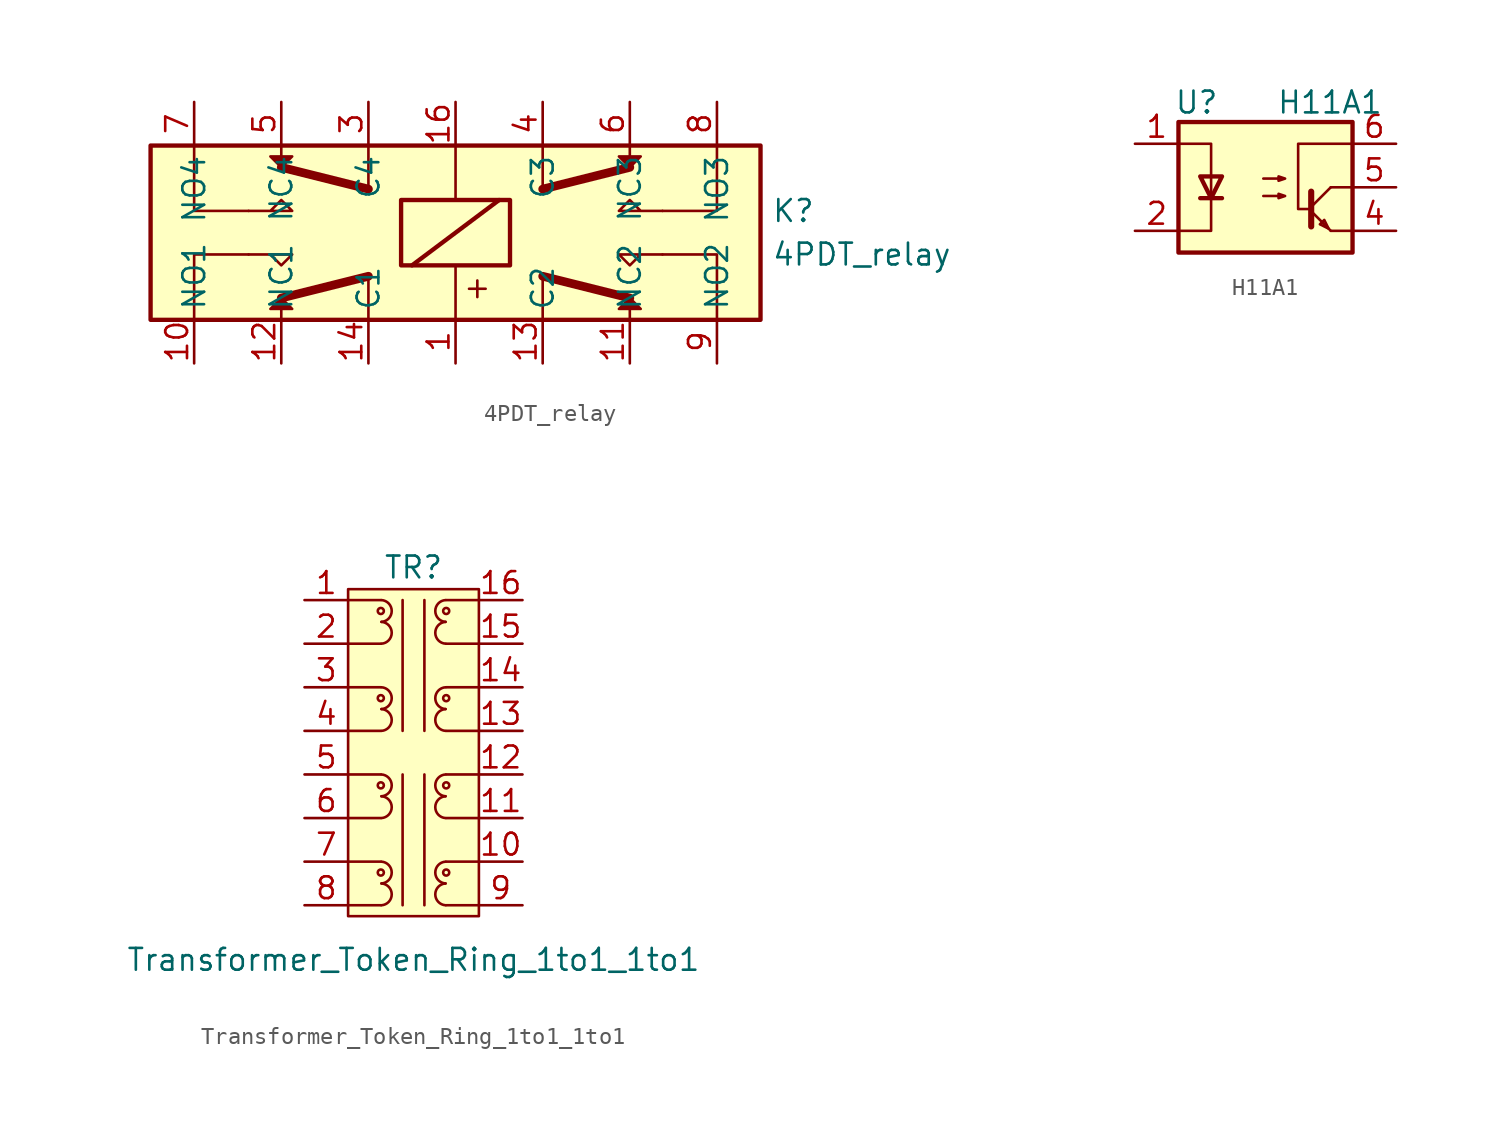
<source format=kicad_sym>
(kicad_symbol_lib
  (version 20211014)
  (generator kicad_symbol_editor)
  (symbol "4PDT_relay"
    (property "Reference" "K"
      (at 18.415 1.27 0)
      (effects (font (size 1.27 1.27)) (justify left)))
    (property "Value" "4PDT_relay"
      (at 18.415 -1.27 0)
      (effects (font (size 1.27 1.27)) (justify left)))
    (symbol "4PDT_relay_0_0"
      (text "+" (at 1.27 -3.175 0) (effects (font (size 1.27 1.27)))))
    (symbol "4PDT_relay_0_1"
      (rectangle (start -17.78 5.08) (end 17.78 -5.08) (stroke (width 0.254) (type default) (color 0 0 0 0)) (fill (type background)))
      (rectangle (start -3.175 1.905) (end 3.175 -1.905) (stroke (width 0.254) (type default) (color 0 0 0 0)) (fill (type none)))
      (polyline (pts (xy -10.16 -4.445) (xy -10.16 -5.08)) (stroke (width 0) (type default) (color 0 0 0 0)) (fill (type none)))
      (polyline (pts (xy -10.16 3.81) (xy -5.08 2.54)) (stroke (width 0.508) (type default) (color 0 0 0 0)) (fill (type none)))
      (polyline (pts (xy -10.16 4.445) (xy -10.16 5.08)) (stroke (width 0) (type default) (color 0 0 0 0)) (fill (type none)))
      (polyline (pts (xy -5.08 -2.54) (xy -10.16 -3.81)) (stroke (width 0.508) (type default) (color 0 0 0 0)) (fill (type none)))
      (polyline (pts (xy -5.08 -2.54) (xy -5.08 -5.08)) (stroke (width 0) (type default) (color 0 0 0 0)) (fill (type none)))
      (polyline (pts (xy -5.08 5.08) (xy -5.08 2.54)) (stroke (width 0) (type default) (color 0 0 0 0)) (fill (type none)))
      (polyline (pts (xy -2.54 -1.905) (xy 2.54 1.905)) (stroke (width 0.254) (type default) (color 0 0 0 0)) (fill (type none)))
      (polyline (pts (xy 0 -5.08) (xy 0 -1.905)) (stroke (width 0) (type default) (color 0 0 0 0)) (fill (type none)))
      (polyline (pts (xy 0 5.08) (xy 0 1.905)) (stroke (width 0) (type default) (color 0 0 0 0)) (fill (type none)))
      (polyline (pts (xy 5.08 -2.54) (xy 5.08 -5.08)) (stroke (width 0) (type default) (color 0 0 0 0)) (fill (type none)))
      (polyline (pts (xy 5.08 5.08) (xy 5.08 2.54)) (stroke (width 0) (type default) (color 0 0 0 0)) (fill (type none)))
      (polyline (pts (xy 10.16 -4.445) (xy 10.16 -5.08)) (stroke (width 0) (type default) (color 0 0 0 0)) (fill (type none)))
      (polyline (pts (xy 10.16 -3.81) (xy 5.08 -2.54)) (stroke (width 0.508) (type default) (color 0 0 0 0)) (fill (type none)))
      (polyline (pts (xy 10.16 3.81) (xy 5.08 2.54)) (stroke (width 0.508) (type default) (color 0 0 0 0)) (fill (type none)))
      (polyline (pts (xy 10.16 4.445) (xy 10.16 5.08)) (stroke (width 0) (type default) (color 0 0 0 0)) (fill (type none)))
      (polyline (pts (xy -12.065 -1.27) (xy -15.24 -1.27) (xy -15.24 -5.08)) (stroke (width 0) (type default) (color 0 0 0 0)) (fill (type none)))
      (polyline (pts (xy -12.065 1.27) (xy -15.24 1.27) (xy -15.24 5.08)) (stroke (width 0) (type default) (color 0 0 0 0)) (fill (type none)))
      (polyline (pts (xy 12.065 -1.27) (xy 15.24 -1.27) (xy 15.24 -5.08)) (stroke (width 0) (type default) (color 0 0 0 0)) (fill (type none)))
      (polyline (pts (xy 12.065 1.27) (xy 15.24 1.27) (xy 15.24 5.08)) (stroke (width 0) (type default) (color 0 0 0 0)) (fill (type none)))
      (polyline (pts (xy -12.065 -1.27) (xy -9.525 -1.27) (xy -10.16 -1.905) (xy -10.795 -1.27)) (stroke (width 0) (type default) (color 0 0 0 0)) (fill (type none)))
      (polyline (pts (xy -12.065 1.27) (xy -9.525 1.27) (xy -10.16 1.905) (xy -10.795 1.27)) (stroke (width 0) (type default) (color 0 0 0 0)) (fill (type none)))
      (polyline (pts (xy -10.795 -4.445) (xy -9.525 -4.445) (xy -10.16 -3.81) (xy -10.795 -4.445)) (stroke (width 0) (type default) (color 0 0 0 0)) (fill (type outline)))
      (polyline (pts (xy -9.525 4.445) (xy -10.795 4.445) (xy -10.16 3.81) (xy -9.525 4.445)) (stroke (width 0) (type default) (color 0 0 0 0)) (fill (type outline)))
      (polyline (pts (xy 9.525 -4.445) (xy 10.795 -4.445) (xy 10.16 -3.81) (xy 9.525 -4.445)) (stroke (width 0) (type default) (color 0 0 0 0)) (fill (type outline)))
      (polyline (pts (xy 10.795 4.445) (xy 9.525 4.445) (xy 10.16 3.81) (xy 10.795 4.445)) (stroke (width 0) (type default) (color 0 0 0 0)) (fill (type outline)))
      (polyline (pts (xy 12.065 -1.27) (xy 9.525 -1.27) (xy 10.16 -1.905) (xy 10.795 -1.27)) (stroke (width 0) (type default) (color 0 0 0 0)) (fill (type none)))
      (polyline (pts (xy 12.065 1.27) (xy 9.525 1.27) (xy 10.16 1.905) (xy 10.795 1.27)) (stroke (width 0) (type default) (color 0 0 0 0)) (fill (type none))))
    (symbol "4PDT_relay_1_1"
      (pin passive line (at 0 -7.62 90) (length 2.54) (name "~" (effects (font (size 1.27 1.27)))) (number "1" (effects (font (size 1.27 1.27)))))
      (pin passive line (at -15.24 -7.62 90) (length 2.54) (name "NO1" (effects (font (size 1.27 1.27)))) (number "10" (effects (font (size 1.27 1.27)))))
      (pin passive line (at 10.16 -7.62 90) (length 2.54) (name "NC2" (effects (font (size 1.27 1.27)))) (number "11" (effects (font (size 1.27 1.27)))))
      (pin passive line (at -10.16 -7.62 90) (length 2.54) (name "NC1" (effects (font (size 1.27 1.27)))) (number "12" (effects (font (size 1.27 1.27)))))
      (pin passive line (at 5.08 -7.62 90) (length 2.54) (name "C2" (effects (font (size 1.27 1.27)))) (number "13" (effects (font (size 1.27 1.27)))))
      (pin passive line (at -5.08 -7.62 90) (length 2.54) (name "C1" (effects (font (size 1.27 1.27)))) (number "14" (effects (font (size 1.27 1.27)))))
      (pin passive line (at 0 7.62 270) (length 2.54) (name "~" (effects (font (size 1.27 1.27)))) (number "16" (effects (font (size 1.27 1.27)))))
      (pin passive line (at -5.08 7.62 270) (length 2.54) (name "C4" (effects (font (size 1.27 1.27)))) (number "3" (effects (font (size 1.27 1.27)))))
      (pin passive line (at 5.08 7.62 270) (length 2.54) (name "C3" (effects (font (size 1.27 1.27)))) (number "4" (effects (font (size 1.27 1.27)))))
      (pin passive line (at -10.16 7.62 270) (length 2.54) (name "NC4" (effects (font (size 1.27 1.27)))) (number "5" (effects (font (size 1.27 1.27)))))
      (pin passive line (at 10.16 7.62 270) (length 2.54) (name "NC3" (effects (font (size 1.27 1.27)))) (number "6" (effects (font (size 1.27 1.27)))))
      (pin passive line (at -15.24 7.62 270) (length 2.54) (name "NO4" (effects (font (size 1.27 1.27)))) (number "7" (effects (font (size 1.27 1.27)))))
      (pin passive line (at 15.24 7.62 270) (length 2.54) (name "NO3" (effects (font (size 1.27 1.27)))) (number "8" (effects (font (size 1.27 1.27)))))
      (pin passive line (at 15.24 -7.62 90) (length 2.54) (name "NO2" (effects (font (size 1.27 1.27)))) (number "9" (effects (font (size 1.27 1.27)))))))
  (symbol "H11A1"
    (property "Reference" "U"
      (at -5.334 4.953 0)
      (effects (font (size 1.27 1.27)) (justify left)))
    (property "Value" "H11A1"
      (at 0.635 4.953 0)
      (effects (font (size 1.27 1.27)) (justify left)))
    (symbol "H11A1_1_1"
      (rectangle (start -5.08 3.81) (end 5.08 -3.81) (stroke (width 0.254) (type default) (color 0 0 0 0)) (fill (type background)))
      (polyline (pts (xy -3.81 -0.635) (xy -2.54 -0.635)) (stroke (width 0.254) (type default) (color 0 0 0 0)) (fill (type none)))
      (polyline (pts (xy 2.667 -1.397) (xy 3.81 -2.54)) (stroke (width 0) (type default) (color 0 0 0 0)) (fill (type none)))
      (polyline (pts (xy 2.667 -1.143) (xy 3.81 0)) (stroke (width 0) (type default) (color 0 0 0 0)) (fill (type none)))
      (polyline (pts (xy 3.81 -2.54) (xy 5.08 -2.54)) (stroke (width 0) (type default) (color 0 0 0 0)) (fill (type none)))
      (polyline (pts (xy 3.81 0) (xy 5.08 0)) (stroke (width 0) (type default) (color 0 0 0 0)) (fill (type none)))
      (polyline (pts (xy 2.667 -0.254) (xy 2.667 -2.286) (xy 2.667 -2.286)) (stroke (width 0.356) (type default) (color 0 0 0 0)) (fill (type none)))
      (polyline (pts (xy -5.08 -2.54) (xy -3.175 -2.54) (xy -3.175 2.54) (xy -5.08 2.54)) (stroke (width 0) (type default) (color 0 0 0 0)) (fill (type none)))
      (polyline (pts (xy -3.175 -0.635) (xy -3.81 0.635) (xy -2.54 0.635) (xy -3.175 -0.635)) (stroke (width 0.254) (type default) (color 0 0 0 0)) (fill (type none)))
      (polyline (pts (xy 3.683 -2.413) (xy 3.429 -1.905) (xy 3.175 -2.159) (xy 3.683 -2.413)) (stroke (width 0) (type default) (color 0 0 0 0)) (fill (type none)))
      (polyline (pts (xy 5.08 2.54) (xy 1.905 2.54) (xy 1.905 -1.27) (xy 2.54 -1.27)) (stroke (width 0) (type default) (color 0 0 0 0)) (fill (type none)))
      (polyline (pts (xy -0.127 -0.508) (xy 1.143 -0.508) (xy 0.762 -0.635) (xy 0.762 -0.381) (xy 1.143 -0.508)) (stroke (width 0) (type default) (color 0 0 0 0)) (fill (type none)))
      (polyline (pts (xy -0.127 0.508) (xy 1.143 0.508) (xy 0.762 0.381) (xy 0.762 0.635) (xy 1.143 0.508)) (stroke (width 0) (type default) (color 0 0 0 0)) (fill (type none)))
      (pin passive line (at -7.62 2.54 0) (length 2.54) (name "~" (effects (font (size 1.27 1.27)))) (number "1" (effects (font (size 1.27 1.27)))))
      (pin passive line (at -7.62 -2.54 0) (length 2.54) (name "~" (effects (font (size 1.27 1.27)))) (number "2" (effects (font (size 1.27 1.27)))))
      (pin no_connect line (at -5.08 0 0) (length 2.54) hide (name "NC" (effects (font (size 1.27 1.27)))) (number "3" (effects (font (size 1.27 1.27)))))
      (pin passive line (at 7.62 -2.54 180) (length 2.54) (name "~" (effects (font (size 1.27 1.27)))) (number "4" (effects (font (size 1.27 1.27)))))
      (pin passive line (at 7.62 0 180) (length 2.54) (name "~" (effects (font (size 1.27 1.27)))) (number "5" (effects (font (size 1.27 1.27)))))
      (pin passive line (at 7.62 2.54 180) (length 2.54) (name "~" (effects (font (size 1.27 1.27)))) (number "6" (effects (font (size 1.27 1.27)))))))
  (symbol "Transformer_Token_Ring_1to1_1to1"
    (pin_names hide)
    (property "Reference" "TR"
      (at 0 10.795 0)
      (effects (font (size 1.27 1.27))))
    (property "Value" "Transformer_Token_Ring_1to1_1to1"
      (at 0 -12.065 0)
      (effects (font (size 1.27 1.27))))
    (symbol "Transformer_Token_Ring_1to1_1to1_0_1"
      (rectangle (start -3.81 9.525) (end 3.81 -9.525) (stroke (width 0) (type default) (color 0 0 0 0)) (fill (type background)))
      (arc (start -1.8676 -8.89) (mid -1.2689 -8.255) (end -1.8676 -7.62) (stroke (width 0) (type default) (color 0 0 0 0)) (fill (type none)))
      (arc (start -1.8676 -7.62) (mid -1.2689 -6.985) (end -1.8676 -6.35) (stroke (width 0) (type default) (color 0 0 0 0)) (fill (type none)))
      (arc (start -1.8676 -3.81) (mid -1.2689 -3.175) (end -1.8676 -2.54) (stroke (width 0) (type default) (color 0 0 0 0)) (fill (type none)))
      (arc (start -1.8676 -2.54) (mid -1.2689 -1.905) (end -1.8676 -1.27) (stroke (width 0) (type default) (color 0 0 0 0)) (fill (type none)))
      (arc (start -1.8676 1.27) (mid -1.2689 1.905) (end -1.8676 2.54) (stroke (width 0) (type default) (color 0 0 0 0)) (fill (type none)))
      (arc (start -1.8676 2.54) (mid -1.2689 3.175) (end -1.8676 3.81) (stroke (width 0) (type default) (color 0 0 0 0)) (fill (type none)))
      (arc (start -1.8676 6.35) (mid -1.2689 6.985) (end -1.8676 7.62) (stroke (width 0) (type default) (color 0 0 0 0)) (fill (type none)))
      (arc (start -1.8676 7.62) (mid -1.2689 8.255) (end -1.8676 8.89) (stroke (width 0) (type default) (color 0 0 0 0)) (fill (type none)))
      (polyline (pts (xy -3.81 -8.89) (xy -1.905 -8.89)) (stroke (width 0) (type default) (color 0 0 0 0)) (fill (type none)))
      (polyline (pts (xy -3.81 -6.35) (xy -1.905 -6.35)) (stroke (width 0) (type default) (color 0 0 0 0)) (fill (type none)))
      (polyline (pts (xy -3.81 -3.81) (xy -1.905 -3.81)) (stroke (width 0) (type default) (color 0 0 0 0)) (fill (type none)))
      (polyline (pts (xy -3.81 -1.27) (xy -1.905 -1.27)) (stroke (width 0) (type default) (color 0 0 0 0)) (fill (type none)))
      (polyline (pts (xy -3.81 1.27) (xy -1.905 1.27)) (stroke (width 0) (type default) (color 0 0 0 0)) (fill (type none)))
      (polyline (pts (xy -3.81 3.81) (xy -1.905 3.81)) (stroke (width 0) (type default) (color 0 0 0 0)) (fill (type none)))
      (polyline (pts (xy -3.81 6.35) (xy -1.905 6.35)) (stroke (width 0) (type default) (color 0 0 0 0)) (fill (type none)))
      (polyline (pts (xy -3.81 8.89) (xy -1.905 8.89)) (stroke (width 0) (type default) (color 0 0 0 0)) (fill (type none)))
      (polyline (pts (xy -0.635 -1.27) (xy -0.635 -8.89)) (stroke (width 0) (type default) (color 0 0 0 0)) (fill (type none)))
      (polyline (pts (xy -0.635 8.89) (xy -0.635 1.27)) (stroke (width 0) (type default) (color 0 0 0 0)) (fill (type none)))
      (polyline (pts (xy 0.635 -1.27) (xy 0.635 -8.89)) (stroke (width 0) (type default) (color 0 0 0 0)) (fill (type none)))
      (polyline (pts (xy 0.635 8.89) (xy 0.635 1.27)) (stroke (width 0) (type default) (color 0 0 0 0)) (fill (type none)))
      (polyline (pts (xy 3.81 -8.89) (xy 1.905 -8.89)) (stroke (width 0) (type default) (color 0 0 0 0)) (fill (type none)))
      (polyline (pts (xy 3.81 -6.35) (xy 1.905 -6.35)) (stroke (width 0) (type default) (color 0 0 0 0)) (fill (type none)))
      (polyline (pts (xy 3.81 -3.81) (xy 1.905 -3.81)) (stroke (width 0) (type default) (color 0 0 0 0)) (fill (type none)))
      (polyline (pts (xy 3.81 -1.27) (xy 1.905 -1.27)) (stroke (width 0) (type default) (color 0 0 0 0)) (fill (type none)))
      (polyline (pts (xy 3.81 1.27) (xy 1.905 1.27)) (stroke (width 0) (type default) (color 0 0 0 0)) (fill (type none)))
      (polyline (pts (xy 3.81 3.81) (xy 1.905 3.81)) (stroke (width 0) (type default) (color 0 0 0 0)) (fill (type none)))
      (polyline (pts (xy 3.81 6.35) (xy 1.905 6.35)) (stroke (width 0) (type default) (color 0 0 0 0)) (fill (type none)))
      (polyline (pts (xy 3.81 8.89) (xy 1.905 8.89)) (stroke (width 0) (type default) (color 0 0 0 0)) (fill (type none)))
      (arc (start 1.8676 -7.62) (mid 1.2689 -8.255) (end 1.8676 -8.89) (stroke (width 0) (type default) (color 0 0 0 0)) (fill (type none)))
      (arc (start 1.8676 -6.35) (mid 1.2689 -6.985) (end 1.8676 -7.62) (stroke (width 0) (type default) (color 0 0 0 0)) (fill (type none)))
      (arc (start 1.8676 -2.54) (mid 1.2689 -3.175) (end 1.8676 -3.81) (stroke (width 0) (type default) (color 0 0 0 0)) (fill (type none)))
      (arc (start 1.8676 -1.27) (mid 1.2689 -1.905) (end 1.8676 -2.54) (stroke (width 0) (type default) (color 0 0 0 0)) (fill (type none)))
      (arc (start 1.8676 2.54) (mid 1.2689 1.905) (end 1.8676 1.27) (stroke (width 0) (type default) (color 0 0 0 0)) (fill (type none)))
      (arc (start 1.8676 3.81) (mid 1.2689 3.175) (end 1.8676 2.54) (stroke (width 0) (type default) (color 0 0 0 0)) (fill (type none)))
      (arc (start 1.8676 7.62) (mid 1.2689 6.985) (end 1.8676 6.35) (stroke (width 0) (type default) (color 0 0 0 0)) (fill (type none)))
      (arc (start 1.8676 8.89) (mid 1.2689 8.255) (end 1.8676 7.62) (stroke (width 0) (type default) (color 0 0 0 0)) (fill (type none))))
    (symbol "Transformer_Token_Ring_1to1_1to1_1_1"
      (circle (center -1.905 -6.985) (radius 0.178) (stroke (width 0) (type default) (color 0 0 0 0)) (fill (type none)))
      (circle (center -1.905 -1.905) (radius 0.178) (stroke (width 0) (type default) (color 0 0 0 0)) (fill (type none)))
      (circle (center -1.905 3.175) (radius 0.178) (stroke (width 0) (type default) (color 0 0 0 0)) (fill (type none)))
      (circle (center -1.905 8.255) (radius 0.178) (stroke (width 0) (type default) (color 0 0 0 0)) (fill (type none)))
      (circle (center 1.905 -6.985) (radius 0.178) (stroke (width 0) (type default) (color 0 0 0 0)) (fill (type none)))
      (circle (center 1.905 -1.905) (radius 0.178) (stroke (width 0) (type default) (color 0 0 0 0)) (fill (type none)))
      (circle (center 1.905 3.175) (radius 0.178) (stroke (width 0) (type default) (color 0 0 0 0)) (fill (type none)))
      (circle (center 1.905 8.255) (radius 0.178) (stroke (width 0) (type default) (color 0 0 0 0)) (fill (type none)))
      (pin passive line (at -6.35 8.89 0) (length 2.54) (name "1" (effects (font (size 1.27 1.27)))) (number "1" (effects (font (size 1.27 1.27)))))
      (pin passive line (at 6.35 -6.35 180) (length 2.54) (name "10" (effects (font (size 1.27 1.27)))) (number "10" (effects (font (size 1.27 1.27)))))
      (pin passive line (at 6.35 -3.81 180) (length 2.54) (name "11" (effects (font (size 1.27 1.27)))) (number "11" (effects (font (size 1.27 1.27)))))
      (pin passive line (at 6.35 -1.27 180) (length 2.54) (name "12" (effects (font (size 1.27 1.27)))) (number "12" (effects (font (size 1.27 1.27)))))
      (pin passive line (at 6.35 1.27 180) (length 2.54) (name "13" (effects (font (size 1.27 1.27)))) (number "13" (effects (font (size 1.27 1.27)))))
      (pin passive line (at 6.35 3.81 180) (length 2.54) (name "14" (effects (font (size 1.27 1.27)))) (number "14" (effects (font (size 1.27 1.27)))))
      (pin passive line (at 6.35 6.35 180) (length 2.54) (name "15" (effects (font (size 1.27 1.27)))) (number "15" (effects (font (size 1.27 1.27)))))
      (pin passive line (at 6.35 8.89 180) (length 2.54) (name "16" (effects (font (size 1.27 1.27)))) (number "16" (effects (font (size 1.27 1.27)))))
      (pin passive line (at -6.35 6.35 0) (length 2.54) (name "2" (effects (font (size 1.27 1.27)))) (number "2" (effects (font (size 1.27 1.27)))))
      (pin passive line (at -6.35 3.81 0) (length 2.54) (name "3" (effects (font (size 1.27 1.27)))) (number "3" (effects (font (size 1.27 1.27)))))
      (pin passive line (at -6.35 1.27 0) (length 2.54) (name "4" (effects (font (size 1.27 1.27)))) (number "4" (effects (font (size 1.27 1.27)))))
      (pin passive line (at -6.35 -1.27 0) (length 2.54) (name "5" (effects (font (size 1.27 1.27)))) (number "5" (effects (font (size 1.27 1.27)))))
      (pin passive line (at -6.35 -3.81 0) (length 2.54) (name "6" (effects (font (size 1.27 1.27)))) (number "6" (effects (font (size 1.27 1.27)))))
      (pin passive line (at -6.35 -6.35 0) (length 2.54) (name "7" (effects (font (size 1.27 1.27)))) (number "7" (effects (font (size 1.27 1.27)))))
      (pin passive line (at -6.35 -8.89 0) (length 2.54) (name "8" (effects (font (size 1.27 1.27)))) (number "8" (effects (font (size 1.27 1.27)))))
      (pin passive line (at 6.35 -8.89 180) (length 2.54) (name "9" (effects (font (size 1.27 1.27)))) (number "9" (effects (font (size 1.27 1.27))))))))
</source>
